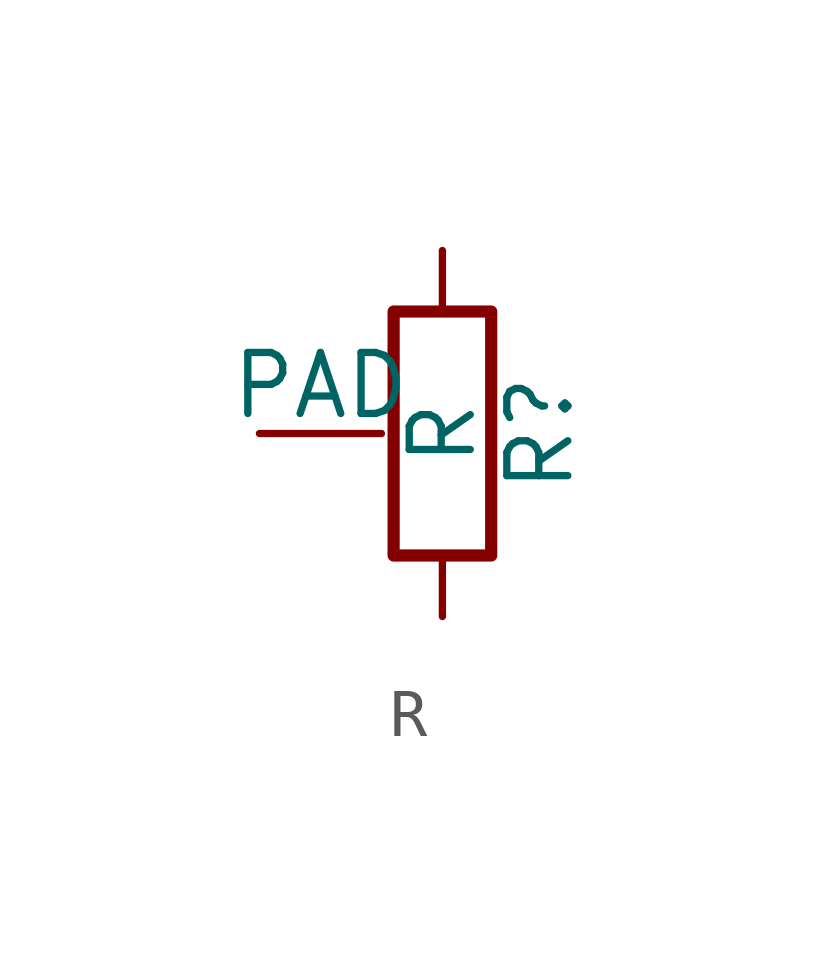
<source format=kicad_sym>
(kicad_symbol_lib
  (version 20241209)
  (generator "kicad_symbol_editor")
  (generator_version "9.0")
  (symbol "R"
    (pin_numbers
      (hide yes))
    (pin_names
      (offset 0))
    (property "Reference" "R"
      (at 2.032 0 90)
      (effects (font (size 1.27 1.27))))
    (property "Value" "R"
      (at 0 0 90)
      (effects (font (size 1.27 1.27))))
    (symbol "R_0_1"
      (rectangle (start -1.016 -2.54) (end 1.016 2.54) (stroke (width 0.254) (type default)) (fill (type none))))
    (symbol "R_1_1"
      (pin passive line (at -3.81 0 0) (length 2.54) (name "PAD" (effects (font (size 1.27 1.27)))) (number "3" (effects (font (size 1.27 1.27)))))
      (pin passive line (at 0 3.81 270) (length 1.27) (name "~" (effects (font (size 1.27 1.27)))) (number "1" (effects (font (size 1.27 1.27)))))
      (pin passive line (at 0 -3.81 90) (length 1.27) (name "~" (effects (font (size 1.27 1.27)))) (number "2" (effects (font (size 1.27 1.27))))))))
</source>
